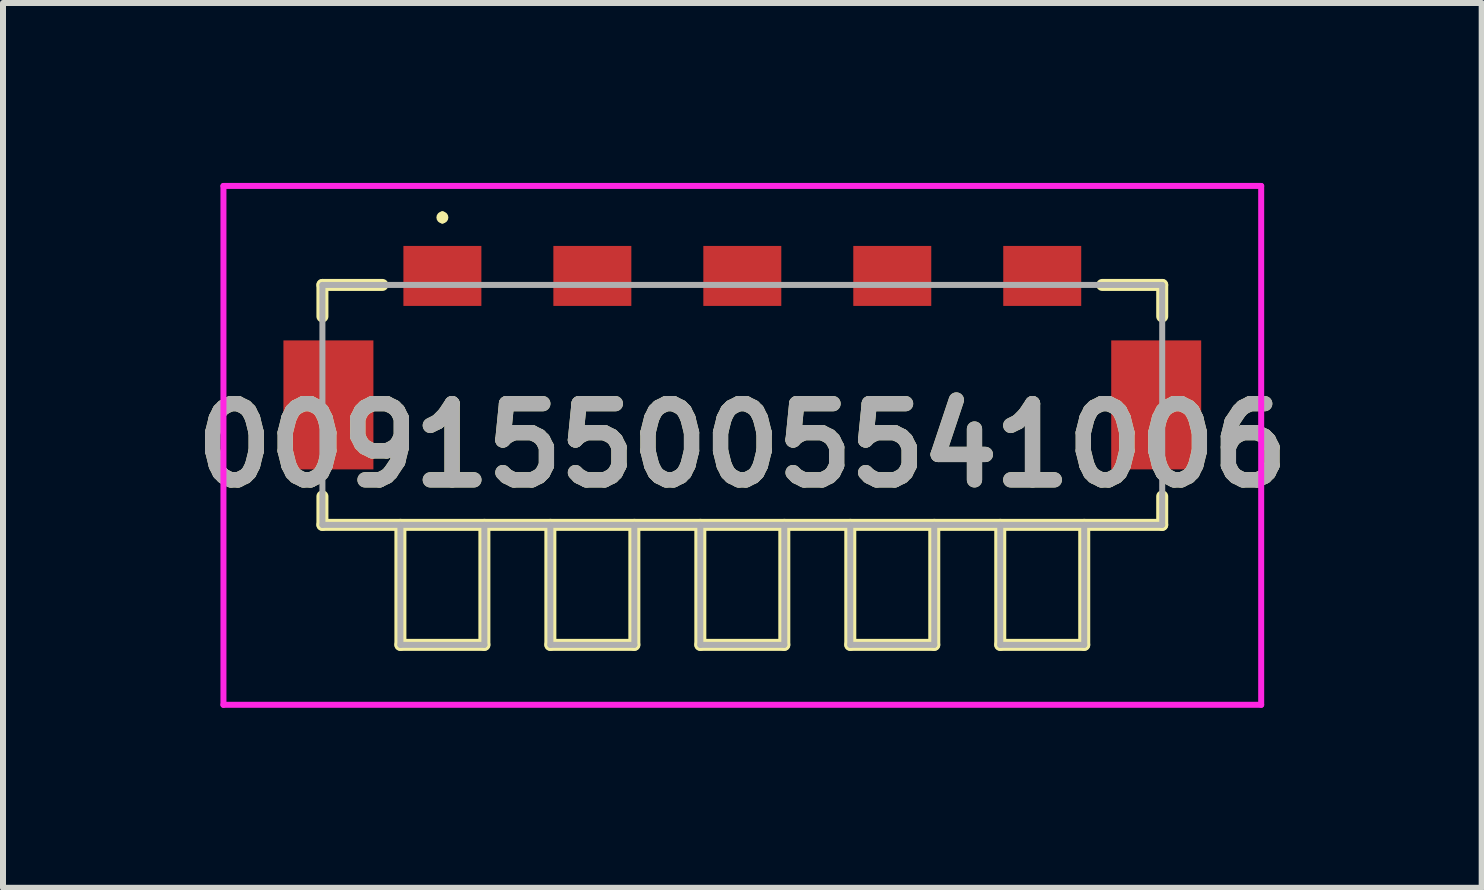
<source format=kicad_pcb>
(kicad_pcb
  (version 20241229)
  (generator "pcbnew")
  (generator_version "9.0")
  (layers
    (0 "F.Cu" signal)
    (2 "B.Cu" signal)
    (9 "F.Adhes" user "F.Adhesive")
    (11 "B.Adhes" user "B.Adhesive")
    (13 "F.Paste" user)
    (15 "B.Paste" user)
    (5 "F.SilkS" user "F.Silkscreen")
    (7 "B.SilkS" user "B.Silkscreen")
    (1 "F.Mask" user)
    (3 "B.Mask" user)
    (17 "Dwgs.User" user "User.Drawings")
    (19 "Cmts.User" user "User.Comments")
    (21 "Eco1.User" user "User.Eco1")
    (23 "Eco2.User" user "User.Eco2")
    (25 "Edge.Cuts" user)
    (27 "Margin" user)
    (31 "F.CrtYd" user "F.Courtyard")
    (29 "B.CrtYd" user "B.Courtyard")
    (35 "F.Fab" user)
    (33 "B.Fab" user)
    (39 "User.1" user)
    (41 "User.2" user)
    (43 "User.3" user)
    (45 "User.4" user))
  (footprint "009155005541006"
    (layer "F.Cu")
    (at 9.325 4.625)
    (property "Reference" "009155005541006" (at 0 -0.25 0) (layer "F.SilkS") (effects (font (size 1.27 1.27) (thickness 0.254))))
    (attr smd)
    (fp_line (start -7 -2.925) (end -6 -2.925) (stroke (width 0.2) (type solid)) (layer "F.SilkS"))
    (fp_line (start -7 -2.4) (end -7 -2.925) (stroke (width 0.2) (type solid)) (layer "F.SilkS"))
    (fp_line (start -7 0.6) (end -7 1.075) (stroke (width 0.2) (type solid)) (layer "F.SilkS"))
    (fp_line (start -7 1.075) (end 7 1.075) (stroke (width 0.2) (type solid)) (layer "F.SilkS"))
    (fp_line (start -5.7 1.075) (end -5.7 3.075) (stroke (width 0.2) (type solid)) (layer "F.SilkS"))
    (fp_line (start -5.7 3.075) (end -4.3 3.075) (stroke (width 0.2) (type solid)) (layer "F.SilkS"))
    (fp_line (start -5 -4.1) (end -5 -4.1) (stroke (width 0.1) (type solid)) (layer "F.SilkS"))
    (fp_line (start -5 -4) (end -5 -4) (stroke (width 0.1) (type solid)) (layer "F.SilkS"))
    (fp_line (start -4.3 3.075) (end -4.3 1.075) (stroke (width 0.2) (type solid)) (layer "F.SilkS"))
    (fp_line (start -3.2 1.075) (end -3.2 3.075) (stroke (width 0.2) (type solid)) (layer "F.SilkS"))
    (fp_line (start -3.2 3.075) (end -1.8 3.075) (stroke (width 0.2) (type solid)) (layer "F.SilkS"))
    (fp_line (start -1.8 3.075) (end -1.8 1.075) (stroke (width 0.2) (type solid)) (layer "F.SilkS"))
    (fp_line (start -0.7 1.075) (end -0.7 3.075) (stroke (width 0.2) (type solid)) (layer "F.SilkS"))
    (fp_line (start -0.7 3.075) (end 0.7 3.075) (stroke (width 0.2) (type solid)) (layer "F.SilkS"))
    (fp_line (start 0.7 3.075) (end 0.7 1.075) (stroke (width 0.2) (type solid)) (layer "F.SilkS"))
    (fp_line (start 1.8 3.075) (end 1.8 1.075) (stroke (width 0.2) (type solid)) (layer "F.SilkS"))
    (fp_line (start 3.2 1.075) (end 3.2 3.075) (stroke (width 0.2) (type solid)) (layer "F.SilkS"))
    (fp_line (start 3.2 3.075) (end 1.8 3.075) (stroke (width 0.2) (type solid)) (layer "F.SilkS"))
    (fp_line (start 4.3 3.075) (end 4.3 1.075) (stroke (width 0.2) (type solid)) (layer "F.SilkS"))
    (fp_line (start 5.7 1.075) (end 5.7 3.075) (stroke (width 0.2) (type solid)) (layer "F.SilkS"))
    (fp_line (start 5.7 3.075) (end 4.3 3.075) (stroke (width 0.2) (type solid)) (layer "F.SilkS"))
    (fp_line (start 7 -2.925) (end 6 -2.925) (stroke (width 0.2) (type solid)) (layer "F.SilkS"))
    (fp_line (start 7 -2.4) (end 7 -2.925) (stroke (width 0.2) (type solid)) (layer "F.SilkS"))
    (fp_line (start 7 1.075) (end 7 0.6) (stroke (width 0.2) (type solid)) (layer "F.SilkS"))
    (fp_arc (start -5 -4.1) (mid -4.95 -4.05) (end -5 -4) (stroke (width 0.1) (type solid)) (layer "F.SilkS"))
    (fp_arc (start -5 -4) (mid -5.05 -4.05) (end -5 -4.1) (stroke (width 0.1) (type solid)) (layer "F.SilkS"))
    (fp_line (start -8.65 -4.575) (end 8.65 -4.575) (stroke (width 0.1) (type solid)) (layer "F.CrtYd"))
    (fp_line (start -8.65 4.075) (end -8.65 -4.575) (stroke (width 0.1) (type solid)) (layer "F.CrtYd"))
    (fp_line (start 8.65 -4.575) (end 8.65 4.075) (stroke (width 0.1) (type solid)) (layer "F.CrtYd"))
    (fp_line (start 8.65 4.075) (end -8.65 4.075) (stroke (width 0.1) (type solid)) (layer "F.CrtYd"))
    (fp_line (start -7 -2.925) (end 7 -2.925) (stroke (width 0.1) (type solid)) (layer "F.Fab"))
    (fp_line (start -7 1.075) (end -7 -2.925) (stroke (width 0.1) (type solid)) (layer "F.Fab"))
    (fp_line (start -5.7 3.075) (end -5.7 1.075) (stroke (width 0.1) (type solid)) (layer "F.Fab"))
    (fp_line (start -4.3 1.075) (end -4.3 3.075) (stroke (width 0.1) (type solid)) (layer "F.Fab"))
    (fp_line (start -4.3 3.075) (end -5.7 3.075) (stroke (width 0.1) (type solid)) (layer "F.Fab"))
    (fp_line (start -3.2 3.075) (end -3.2 1.075) (stroke (width 0.1) (type solid)) (layer "F.Fab"))
    (fp_line (start -1.8 1.075) (end -1.8 3.075) (stroke (width 0.1) (type solid)) (layer "F.Fab"))
    (fp_line (start -1.8 3.075) (end -3.2 3.075) (stroke (width 0.1) (type solid)) (layer "F.Fab"))
    (fp_line (start -0.7 3.075) (end -0.7 1.075) (stroke (width 0.1) (type solid)) (layer "F.Fab"))
    (fp_line (start 0.7 1.075) (end 0.7 3.075) (stroke (width 0.1) (type solid)) (layer "F.Fab"))
    (fp_line (start 0.7 3.075) (end -0.7 3.075) (stroke (width 0.1) (type solid)) (layer "F.Fab"))
    (fp_line (start 1.8 1.075) (end 1.8 3.075) (stroke (width 0.1) (type solid)) (layer "F.Fab"))
    (fp_line (start 1.8 3.075) (end 3.2 3.075) (stroke (width 0.1) (type solid)) (layer "F.Fab"))
    (fp_line (start 3.2 3.075) (end 3.2 1.075) (stroke (width 0.1) (type solid)) (layer "F.Fab"))
    (fp_line (start 4.3 3.075) (end 4.3 1.075) (stroke (width 0.1) (type solid)) (layer "F.Fab"))
    (fp_line (start 5.7 1.075) (end 5.7 3.075) (stroke (width 0.1) (type solid)) (layer "F.Fab"))
    (fp_line (start 5.7 3.075) (end 4.3 3.075) (stroke (width 0.1) (type solid)) (layer "F.Fab"))
    (fp_line (start 7 -2.925) (end 7 1.075) (stroke (width 0.1) (type solid)) (layer "F.Fab"))
    (fp_line (start 7 1.075) (end -7 1.075) (stroke (width 0.1) (type solid)) (layer "F.Fab"))
    (fp_text user "${REFERENCE}" (at 0 -0.25 0) (layer "F.Fab") (effects (font (size 1.27 1.27) (thickness 0.254))))
    (pad "1" smd rect (at -5 -3.075 90) (size 1 1.3) (layers "F.Cu" "F.Mask" "F.Paste"))
    (pad "2" smd rect (at -2.5 -3.075 90) (size 1 1.3) (layers "F.Cu" "F.Mask" "F.Paste"))
    (pad "3" smd rect (at 0 -3.075 90) (size 1 1.3) (layers "F.Cu" "F.Mask" "F.Paste"))
    (pad "4" smd rect (at 2.5 -3.075 90) (size 1 1.3) (layers "F.Cu" "F.Mask" "F.Paste"))
    (pad "5" smd rect (at 5 -3.075 90) (size 1 1.3) (layers "F.Cu" "F.Mask" "F.Paste"))
    (pad "MP" smd rect (at -6.9 -0.925) (size 1.5 2.15) (layers "F.Cu" "F.Mask" "F.Paste"))
    (pad "MP" smd rect (at 6.9 -0.925) (size 1.5 2.15) (layers "F.Cu" "F.Mask" "F.Paste")))
  (gr_rect
    (start -3 -3)
    (end 21.651 11.75)
    (stroke (width 0.1) (type default))
    (fill no)
    (layer "Edge.Cuts")))
</source>
